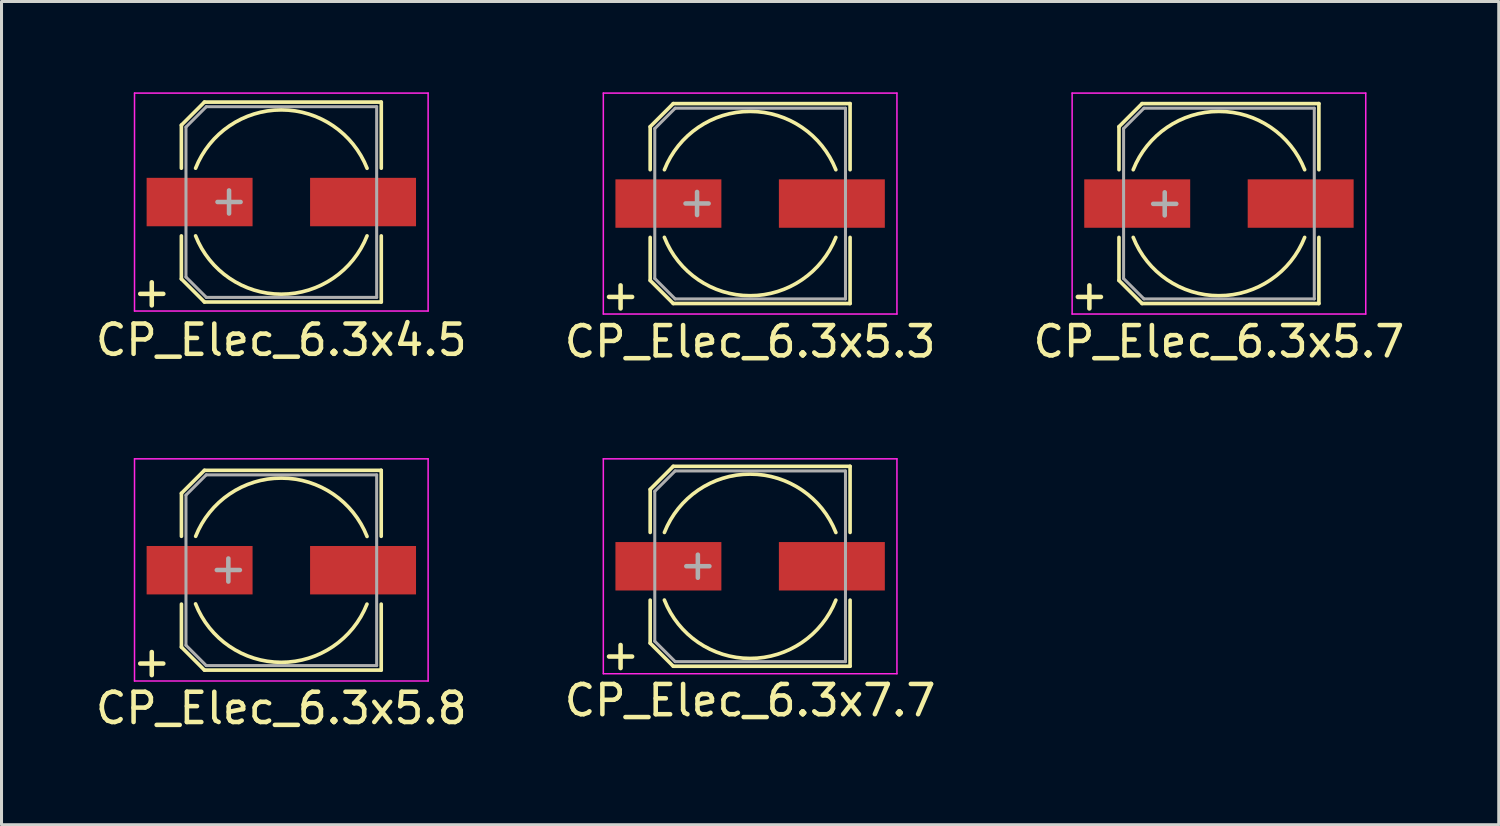
<source format=kicad_pcb>
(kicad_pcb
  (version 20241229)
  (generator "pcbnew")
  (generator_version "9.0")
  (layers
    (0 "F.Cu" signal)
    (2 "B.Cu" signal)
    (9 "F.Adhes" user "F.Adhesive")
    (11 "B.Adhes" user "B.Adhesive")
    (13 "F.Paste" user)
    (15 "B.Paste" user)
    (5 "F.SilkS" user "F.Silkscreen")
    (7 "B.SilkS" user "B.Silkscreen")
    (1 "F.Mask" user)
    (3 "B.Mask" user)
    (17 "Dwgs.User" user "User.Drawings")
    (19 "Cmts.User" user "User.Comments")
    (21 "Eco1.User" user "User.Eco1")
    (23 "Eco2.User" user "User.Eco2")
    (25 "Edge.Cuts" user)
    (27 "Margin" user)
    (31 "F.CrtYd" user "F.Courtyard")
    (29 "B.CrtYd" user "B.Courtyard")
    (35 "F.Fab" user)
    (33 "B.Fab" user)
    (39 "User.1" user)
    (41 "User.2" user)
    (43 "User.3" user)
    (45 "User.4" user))
  (footprint "CP_Elec_6.3x7.7"
    (layer "F.Cu")
    (at 21.732 15.658)
    (property "Reference" "CP_Elec_6.3x7.7" (at 0 4.432 0) (layer "F.SilkS") (effects (font (size 1 1) (thickness 0.15))))
    (attr smd)
    (fp_line (start -3.302 -2.54) (end -3.302 -1.118) (stroke (width 0.12) (type solid)) (layer "F.SilkS"))
    (fp_line (start -3.302 -2.54) (end -2.54 -3.302) (stroke (width 0.12) (type solid)) (layer "F.SilkS"))
    (fp_line (start -3.302 2.54) (end -3.302 1.118) (stroke (width 0.12) (type solid)) (layer "F.SilkS"))
    (fp_line (start -2.54 -3.302) (end 3.302 -3.302) (stroke (width 0.12) (type solid)) (layer "F.SilkS"))
    (fp_line (start -2.54 3.302) (end -3.302 2.54) (stroke (width 0.12) (type solid)) (layer "F.SilkS"))
    (fp_line (start 3.302 -3.302) (end 3.302 -1.118) (stroke (width 0.12) (type solid)) (layer "F.SilkS"))
    (fp_line (start 3.302 3.302) (end -2.54 3.302) (stroke (width 0.12) (type solid)) (layer "F.SilkS"))
    (fp_line (start 3.302 3.302) (end 3.302 1.118) (stroke (width 0.12) (type solid)) (layer "F.SilkS"))
    (fp_arc (start -2.8321 -1.1176) (mid 0.001257 -3.044638) (end 2.833022 -1.115262) (stroke (width 0.12) (type solid)) (layer "F.SilkS"))
    (fp_arc (start 2.8321 1.1176) (mid -0.001257 3.044638) (end -2.833022 1.115262) (stroke (width 0.12) (type solid)) (layer "F.SilkS"))
    (fp_line (start -4.85 -3.55) (end -4.85 3.55) (stroke (width 0.05) (type solid)) (layer "F.CrtYd"))
    (fp_line (start -4.85 3.55) (end 4.85 3.55) (stroke (width 0.05) (type solid)) (layer "F.CrtYd"))
    (fp_line (start 4.85 -3.55) (end -4.85 -3.55) (stroke (width 0.05) (type solid)) (layer "F.CrtYd"))
    (fp_line (start 4.85 3.55) (end 4.85 -3.55) (stroke (width 0.05) (type solid)) (layer "F.CrtYd"))
    (fp_line (start -3.15 -2.477) (end -3.15 2.477) (stroke (width 0.1) (type solid)) (layer "F.Fab"))
    (fp_line (start -3.15 2.477) (end -2.477 3.15) (stroke (width 0.1) (type solid)) (layer "F.Fab"))
    (fp_line (start -2.477 -3.15) (end -3.15 -2.477) (stroke (width 0.1) (type solid)) (layer "F.Fab"))
    (fp_line (start -2.477 3.15) (end 3.15 3.15) (stroke (width 0.1) (type solid)) (layer "F.Fab"))
    (fp_line (start 3.15 -3.15) (end -2.477 -3.15) (stroke (width 0.1) (type solid)) (layer "F.Fab"))
    (fp_line (start 3.15 3.15) (end 3.15 -3.15) (stroke (width 0.1) (type solid)) (layer "F.Fab"))
    (fp_text user "+" (at -4.28 2.908 0) (layer "F.SilkS") (effects (font (size 1 1) (thickness 0.15))))
    (fp_text user "+" (at -1.727 -0.076 0) (layer "F.Fab") (effects (font (size 1 1) (thickness 0.15))))
    (pad "1" smd rect (at -2.7 0 180) (size 3.5 1.6) (layers "F.Cu" "F.Mask" "F.Paste"))
    (pad "2" smd rect (at 2.7 0 180) (size 3.5 1.6) (layers "F.Cu" "F.Mask" "F.Paste")))
  (footprint "CP_Elec_6.3x5.8"
    (layer "F.Cu")
    (at 6.244 15.788)
    (property "Reference" "CP_Elec_6.3x5.8" (at 0 4.56 0) (layer "F.SilkS") (effects (font (size 1 1) (thickness 0.15))))
    (attr smd)
    (fp_line (start -3.3 -2.54) (end -3.3 -1.12) (stroke (width 0.12) (type solid)) (layer "F.SilkS"))
    (fp_line (start -3.3 -2.54) (end -2.54 -3.3) (stroke (width 0.12) (type solid)) (layer "F.SilkS"))
    (fp_line (start -3.3 2.54) (end -3.3 1.12) (stroke (width 0.12) (type solid)) (layer "F.SilkS"))
    (fp_line (start -2.54 -3.3) (end 3.3 -3.3) (stroke (width 0.12) (type solid)) (layer "F.SilkS"))
    (fp_line (start -2.54 3.3) (end -3.3 2.54) (stroke (width 0.12) (type solid)) (layer "F.SilkS"))
    (fp_line (start 3.3 -3.3) (end 3.3 -1.12) (stroke (width 0.12) (type solid)) (layer "F.SilkS"))
    (fp_line (start 3.3 3.3) (end -2.54 3.3) (stroke (width 0.12) (type solid)) (layer "F.SilkS"))
    (fp_line (start 3.3 3.3) (end 3.3 1.12) (stroke (width 0.12) (type solid)) (layer "F.SilkS"))
    (fp_arc (start -2.83 -1.12) (mid 0.00301 -3.043565) (end 2.83221 -1.1144) (stroke (width 0.12) (type solid)) (layer "F.SilkS"))
    (fp_arc (start 2.83 1.12) (mid -0.004072 3.043564) (end -2.832987 1.112423) (stroke (width 0.12) (type solid)) (layer "F.SilkS"))
    (fp_line (start -4.85 -3.68) (end 4.85 -3.68) (stroke (width 0.05) (type solid)) (layer "F.CrtYd"))
    (fp_line (start -4.85 3.66) (end -4.85 -3.68) (stroke (width 0.05) (type solid)) (layer "F.CrtYd"))
    (fp_line (start 4.85 -3.68) (end 4.85 3.66) (stroke (width 0.05) (type solid)) (layer "F.CrtYd"))
    (fp_line (start 4.85 3.66) (end -4.85 3.66) (stroke (width 0.05) (type solid)) (layer "F.CrtYd"))
    (fp_line (start -3.15 -2.48) (end -3.15 2.48) (stroke (width 0.1) (type solid)) (layer "F.Fab"))
    (fp_line (start -3.15 2.48) (end -2.48 3.15) (stroke (width 0.1) (type solid)) (layer "F.Fab"))
    (fp_line (start -2.48 -3.15) (end -3.15 -2.48) (stroke (width 0.1) (type solid)) (layer "F.Fab"))
    (fp_line (start -2.48 3.15) (end 3.15 3.15) (stroke (width 0.1) (type solid)) (layer "F.Fab"))
    (fp_line (start 3.15 -3.15) (end -2.48 -3.15) (stroke (width 0.1) (type solid)) (layer "F.Fab"))
    (fp_line (start 3.15 3.15) (end 3.15 -3.15) (stroke (width 0.1) (type solid)) (layer "F.Fab"))
    (fp_text user "+" (at -4.28 3.01 0) (layer "F.SilkS") (effects (font (size 1 1) (thickness 0.15))))
    (fp_text user "+" (at -1.75 -0.08 0) (layer "F.Fab") (effects (font (size 1 1) (thickness 0.15))))
    (pad "1" smd rect (at -2.7 0 180) (size 3.5 1.6) (layers "F.Cu" "F.Mask" "F.Paste"))
    (pad "2" smd rect (at 2.7 0 180) (size 3.5 1.6) (layers "F.Cu" "F.Mask" "F.Paste")))
  (footprint "CP_Elec_6.3x4.5"
    (layer "F.Cu")
    (at 6.244 3.625)
    (property "Reference" "CP_Elec_6.3x4.5" (at 0 4.559 0) (layer "F.SilkS") (effects (font (size 1 1) (thickness 0.15))))
    (attr smd)
    (fp_line (start -3.302 -2.54) (end -3.302 -1.118) (stroke (width 0.12) (type solid)) (layer "F.SilkS"))
    (fp_line (start -3.302 -2.54) (end -2.54 -3.302) (stroke (width 0.12) (type solid)) (layer "F.SilkS"))
    (fp_line (start -3.302 2.54) (end -3.302 1.118) (stroke (width 0.12) (type solid)) (layer "F.SilkS"))
    (fp_line (start -2.54 -3.302) (end 3.302 -3.302) (stroke (width 0.12) (type solid)) (layer "F.SilkS"))
    (fp_line (start -2.54 3.302) (end -3.302 2.54) (stroke (width 0.12) (type solid)) (layer "F.SilkS"))
    (fp_line (start 3.302 -3.302) (end 3.302 -1.118) (stroke (width 0.12) (type solid)) (layer "F.SilkS"))
    (fp_line (start 3.302 3.302) (end -2.54 3.302) (stroke (width 0.12) (type solid)) (layer "F.SilkS"))
    (fp_line (start 3.302 3.302) (end 3.302 1.118) (stroke (width 0.12) (type solid)) (layer "F.SilkS"))
    (fp_arc (start -2.8321 -1.1176) (mid 0.001257 -3.044638) (end 2.833022 -1.115262) (stroke (width 0.12) (type solid)) (layer "F.SilkS"))
    (fp_arc (start 2.8321 1.1176) (mid 0 3.044638) (end -2.8321 1.1176) (stroke (width 0.12) (type solid)) (layer "F.SilkS"))
    (fp_line (start -4.85 -3.6) (end -4.85 3.6) (stroke (width 0.05) (type solid)) (layer "F.CrtYd"))
    (fp_line (start -4.85 3.6) (end 4.85 3.6) (stroke (width 0.05) (type solid)) (layer "F.CrtYd"))
    (fp_line (start 4.85 -3.6) (end -4.85 -3.6) (stroke (width 0.05) (type solid)) (layer "F.CrtYd"))
    (fp_line (start 4.85 3.6) (end 4.85 -3.6) (stroke (width 0.05) (type solid)) (layer "F.CrtYd"))
    (fp_line (start -3.15 -2.477) (end -3.15 2.477) (stroke (width 0.1) (type solid)) (layer "F.Fab"))
    (fp_line (start -3.15 2.477) (end -2.477 3.15) (stroke (width 0.1) (type solid)) (layer "F.Fab"))
    (fp_line (start -2.477 -3.15) (end -3.15 -2.477) (stroke (width 0.1) (type solid)) (layer "F.Fab"))
    (fp_line (start -2.477 3.15) (end 3.15 3.15) (stroke (width 0.1) (type solid)) (layer "F.Fab"))
    (fp_line (start 3.15 -3.15) (end -2.477 -3.15) (stroke (width 0.1) (type solid)) (layer "F.Fab"))
    (fp_line (start 3.15 3.15) (end 3.15 -3.15) (stroke (width 0.1) (type solid)) (layer "F.Fab"))
    (fp_text user "+" (at -4.28 2.959 0) (layer "F.SilkS") (effects (font (size 1 1) (thickness 0.15))))
    (fp_text user "+" (at -1.727 -0.076 0) (layer "F.Fab") (effects (font (size 1 1) (thickness 0.15))))
    (pad "1" smd rect (at -2.7 0 180) (size 3.5 1.6) (layers "F.Cu" "F.Mask" "F.Paste"))
    (pad "2" smd rect (at 2.7 0 180) (size 3.5 1.6) (layers "F.Cu" "F.Mask" "F.Paste")))
  (footprint "CP_Elec_6.3x5.3"
    (layer "F.Cu")
    (at 21.732 3.675)
    (property "Reference" "CP_Elec_6.3x5.3" (at 0 4.559 0) (layer "F.SilkS") (effects (font (size 1 1) (thickness 0.15))))
    (attr smd)
    (fp_line (start -3.302 -2.54) (end -3.302 -1.118) (stroke (width 0.12) (type solid)) (layer "F.SilkS"))
    (fp_line (start -3.302 -2.54) (end -2.54 -3.302) (stroke (width 0.12) (type solid)) (layer "F.SilkS"))
    (fp_line (start -3.302 2.54) (end -3.302 1.118) (stroke (width 0.12) (type solid)) (layer "F.SilkS"))
    (fp_line (start -2.54 -3.302) (end 3.302 -3.302) (stroke (width 0.12) (type solid)) (layer "F.SilkS"))
    (fp_line (start -2.54 3.302) (end -3.302 2.54) (stroke (width 0.12) (type solid)) (layer "F.SilkS"))
    (fp_line (start 3.302 -3.302) (end 3.302 -1.118) (stroke (width 0.12) (type solid)) (layer "F.SilkS"))
    (fp_line (start 3.302 3.302) (end -2.54 3.302) (stroke (width 0.12) (type solid)) (layer "F.SilkS"))
    (fp_line (start 3.302 3.302) (end 3.302 1.118) (stroke (width 0.12) (type solid)) (layer "F.SilkS"))
    (fp_arc (start -2.8321 -1.1176) (mid 0 -3.044638) (end 2.8321 -1.1176) (stroke (width 0.12) (type solid)) (layer "F.SilkS"))
    (fp_arc (start 2.8321 1.1176) (mid -0.001072 3.044638) (end -2.832886 1.115606) (stroke (width 0.12) (type solid)) (layer "F.SilkS"))
    (fp_line (start -4.85 -3.65) (end -4.85 3.65) (stroke (width 0.05) (type solid)) (layer "F.CrtYd"))
    (fp_line (start -4.85 3.65) (end 4.85 3.65) (stroke (width 0.05) (type solid)) (layer "F.CrtYd"))
    (fp_line (start 4.85 -3.65) (end -4.85 -3.65) (stroke (width 0.05) (type solid)) (layer "F.CrtYd"))
    (fp_line (start 4.85 3.65) (end 4.85 -3.65) (stroke (width 0.05) (type solid)) (layer "F.CrtYd"))
    (fp_line (start -3.15 -2.477) (end -3.15 2.477) (stroke (width 0.1) (type solid)) (layer "F.Fab"))
    (fp_line (start -3.15 2.477) (end -2.477 3.15) (stroke (width 0.1) (type solid)) (layer "F.Fab"))
    (fp_line (start -2.477 -3.15) (end -3.15 -2.477) (stroke (width 0.1) (type solid)) (layer "F.Fab"))
    (fp_line (start -2.477 3.15) (end 3.15 3.15) (stroke (width 0.1) (type solid)) (layer "F.Fab"))
    (fp_line (start 3.15 -3.15) (end -2.477 -3.15) (stroke (width 0.1) (type solid)) (layer "F.Fab"))
    (fp_line (start 3.15 3.15) (end 3.15 -3.15) (stroke (width 0.1) (type solid)) (layer "F.Fab"))
    (fp_text user "+" (at -4.28 3.01 0) (layer "F.SilkS") (effects (font (size 1 1) (thickness 0.15))))
    (fp_text user "+" (at -1.753 -0.076 0) (layer "F.Fab") (effects (font (size 1 1) (thickness 0.15))))
    (pad "1" smd rect (at -2.7 0 180) (size 3.5 1.6) (layers "F.Cu" "F.Mask" "F.Paste"))
    (pad "2" smd rect (at 2.7 0 180) (size 3.5 1.6) (layers "F.Cu" "F.Mask" "F.Paste")))
  (footprint "CP_Elec_6.3x5.7"
    (layer "F.Cu")
    (at 37.22 3.675)
    (property "Reference" "CP_Elec_6.3x5.7" (at 0 4.559 0) (layer "F.SilkS") (effects (font (size 1 1) (thickness 0.15))))
    (attr smd)
    (fp_line (start -3.302 -2.54) (end -3.302 -1.118) (stroke (width 0.12) (type solid)) (layer "F.SilkS"))
    (fp_line (start -3.302 -2.54) (end -2.54 -3.302) (stroke (width 0.12) (type solid)) (layer "F.SilkS"))
    (fp_line (start -3.302 2.54) (end -3.302 1.118) (stroke (width 0.12) (type solid)) (layer "F.SilkS"))
    (fp_line (start -2.54 -3.302) (end 3.302 -3.302) (stroke (width 0.12) (type solid)) (layer "F.SilkS"))
    (fp_line (start -2.54 3.302) (end -3.302 2.54) (stroke (width 0.12) (type solid)) (layer "F.SilkS"))
    (fp_line (start 3.302 -3.302) (end 3.302 -1.118) (stroke (width 0.12) (type solid)) (layer "F.SilkS"))
    (fp_line (start 3.302 3.302) (end -2.54 3.302) (stroke (width 0.12) (type solid)) (layer "F.SilkS"))
    (fp_line (start 3.302 3.302) (end 3.302 1.118) (stroke (width 0.12) (type solid)) (layer "F.SilkS"))
    (fp_arc (start -2.8321 -1.1176) (mid 0 -3.044638) (end 2.8321 -1.1176) (stroke (width 0.12) (type solid)) (layer "F.SilkS"))
    (fp_arc (start 2.8321 1.1176) (mid 0 3.044638) (end -2.8321 1.1176) (stroke (width 0.12) (type solid)) (layer "F.SilkS"))
    (fp_line (start -4.85 -3.65) (end -4.85 3.65) (stroke (width 0.05) (type solid)) (layer "F.CrtYd"))
    (fp_line (start -4.85 3.65) (end 4.85 3.65) (stroke (width 0.05) (type solid)) (layer "F.CrtYd"))
    (fp_line (start 4.85 -3.65) (end -4.85 -3.65) (stroke (width 0.05) (type solid)) (layer "F.CrtYd"))
    (fp_line (start 4.85 3.65) (end 4.85 -3.65) (stroke (width 0.05) (type solid)) (layer "F.CrtYd"))
    (fp_line (start -3.15 -2.477) (end -3.15 2.477) (stroke (width 0.1) (type solid)) (layer "F.Fab"))
    (fp_line (start -3.15 2.477) (end -2.477 3.15) (stroke (width 0.1) (type solid)) (layer "F.Fab"))
    (fp_line (start -2.477 -3.15) (end -3.15 -2.477) (stroke (width 0.1) (type solid)) (layer "F.Fab"))
    (fp_line (start -2.477 3.15) (end 3.15 3.15) (stroke (width 0.1) (type solid)) (layer "F.Fab"))
    (fp_line (start 3.15 -3.15) (end -2.477 -3.15) (stroke (width 0.1) (type solid)) (layer "F.Fab"))
    (fp_line (start 3.15 3.15) (end 3.15 -3.15) (stroke (width 0.1) (type solid)) (layer "F.Fab"))
    (fp_text user "+" (at -4.28 3.01 0) (layer "F.SilkS") (effects (font (size 1 1) (thickness 0.15))))
    (fp_text user "+" (at -1.791 -0.064 0) (layer "F.Fab") (effects (font (size 1 1) (thickness 0.15))))
    (pad "1" smd rect (at -2.7 0 180) (size 3.5 1.6) (layers "F.Cu" "F.Mask" "F.Paste"))
    (pad "2" smd rect (at 2.7 0 180) (size 3.5 1.6) (layers "F.Cu" "F.Mask" "F.Paste")))
  (gr_rect
    (start -3 -3)
    (end 46.464 24.196)
    (stroke (width 0.1) (type default))
    (fill no)
    (layer "Edge.Cuts")))
</source>
